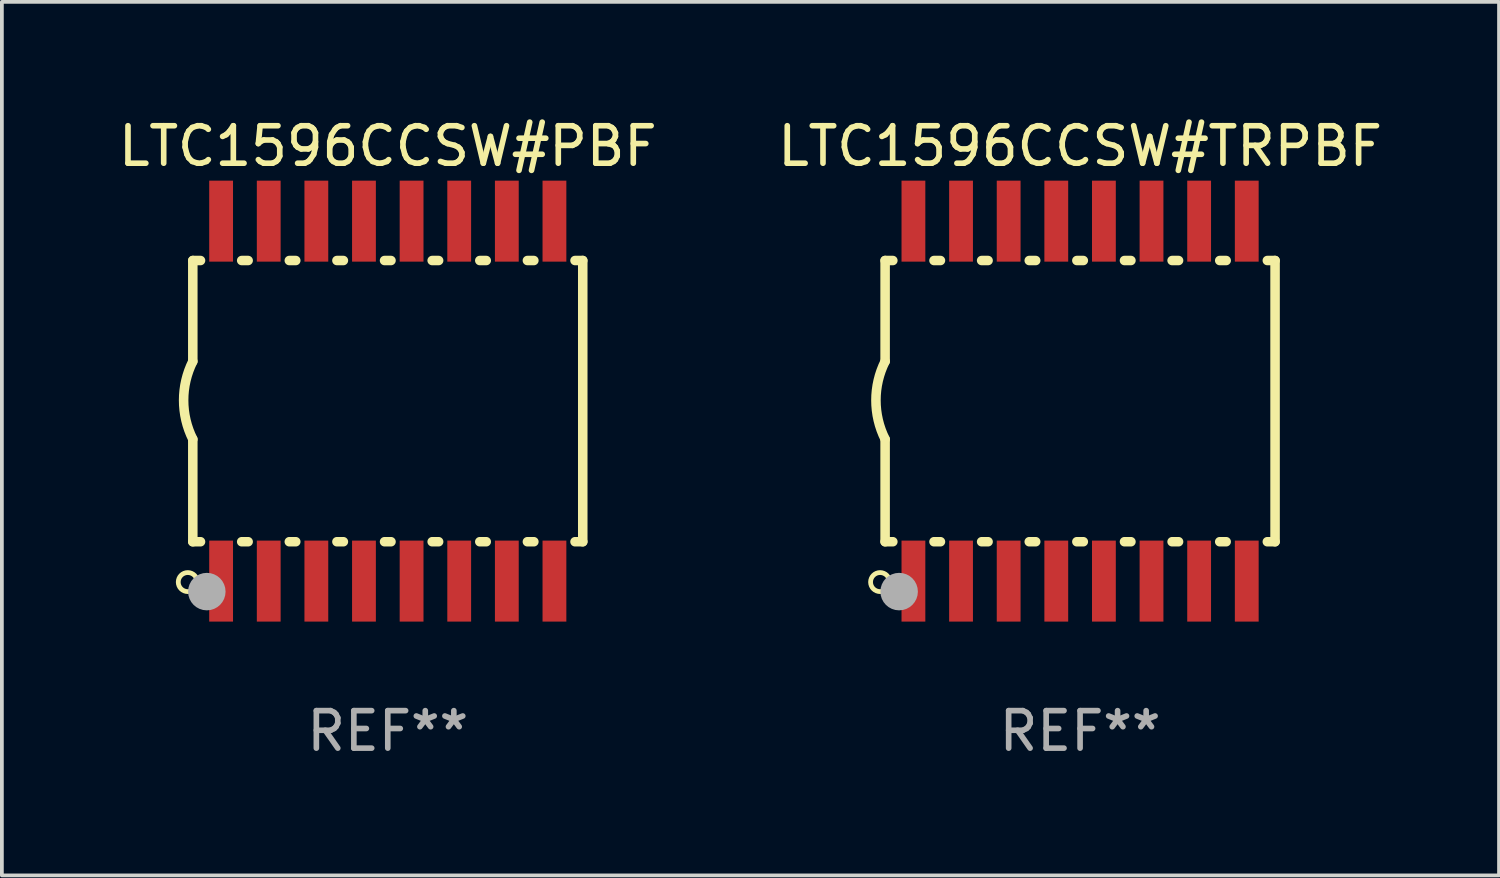
<source format=kicad_pcb>
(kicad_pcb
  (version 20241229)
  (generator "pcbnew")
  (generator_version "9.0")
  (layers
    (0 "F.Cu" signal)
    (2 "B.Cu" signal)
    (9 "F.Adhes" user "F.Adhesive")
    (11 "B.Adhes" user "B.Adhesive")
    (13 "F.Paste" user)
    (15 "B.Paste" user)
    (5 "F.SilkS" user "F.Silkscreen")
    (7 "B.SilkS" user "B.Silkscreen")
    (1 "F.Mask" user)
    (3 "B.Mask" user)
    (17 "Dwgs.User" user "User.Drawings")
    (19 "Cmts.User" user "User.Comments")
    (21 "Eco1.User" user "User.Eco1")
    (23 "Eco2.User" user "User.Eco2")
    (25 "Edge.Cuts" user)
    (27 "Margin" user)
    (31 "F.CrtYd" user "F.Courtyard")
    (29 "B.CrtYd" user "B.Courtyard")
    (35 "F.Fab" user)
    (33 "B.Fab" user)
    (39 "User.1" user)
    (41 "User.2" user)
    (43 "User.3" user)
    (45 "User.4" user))
  (footprint "LTC1596CCSW#PBF"
    (layer "F.Cu")
    (at 7.292 7.648)
    (property "Reference" "LTC1596CCSW#PBF" (at 0 -6.8 0) (layer "F.SilkS") (effects (font (size 1 1) (thickness 0.15))))
    (attr through_hole)
    (fp_line (start -5.2 -3.75) (end -5.2 -1.06) (stroke (width 0.254) (type solid)) (layer "F.SilkS"))
    (fp_line (start -5.2 -3.75) (end -4.994 -3.75) (stroke (width 0.254) (type solid)) (layer "F.SilkS"))
    (fp_line (start -5.2 3.75) (end -5.2 1.016) (stroke (width 0.254) (type solid)) (layer "F.SilkS"))
    (fp_line (start -5.2 3.75) (end -4.994 3.75) (stroke (width 0.254) (type solid)) (layer "F.SilkS"))
    (fp_line (start -3.896 -3.75) (end -3.724 -3.75) (stroke (width 0.254) (type solid)) (layer "F.SilkS"))
    (fp_line (start -3.896 3.75) (end -3.724 3.75) (stroke (width 0.254) (type solid)) (layer "F.SilkS"))
    (fp_line (start -2.626 -3.75) (end -2.454 -3.75) (stroke (width 0.254) (type solid)) (layer "F.SilkS"))
    (fp_line (start -2.626 3.75) (end -2.454 3.75) (stroke (width 0.254) (type solid)) (layer "F.SilkS"))
    (fp_line (start -1.356 -3.75) (end -1.184 -3.75) (stroke (width 0.254) (type solid)) (layer "F.SilkS"))
    (fp_line (start -1.356 3.75) (end -1.184 3.75) (stroke (width 0.254) (type solid)) (layer "F.SilkS"))
    (fp_line (start -0.086 -3.75) (end 0.086 -3.75) (stroke (width 0.254) (type solid)) (layer "F.SilkS"))
    (fp_line (start -0.086 3.75) (end 0.086 3.75) (stroke (width 0.254) (type solid)) (layer "F.SilkS"))
    (fp_line (start 1.184 -3.75) (end 1.356 -3.75) (stroke (width 0.254) (type solid)) (layer "F.SilkS"))
    (fp_line (start 1.184 3.75) (end 1.356 3.75) (stroke (width 0.254) (type solid)) (layer "F.SilkS"))
    (fp_line (start 2.454 -3.75) (end 2.626 -3.75) (stroke (width 0.254) (type solid)) (layer "F.SilkS"))
    (fp_line (start 2.454 3.75) (end 2.626 3.75) (stroke (width 0.254) (type solid)) (layer "F.SilkS"))
    (fp_line (start 3.724 -3.75) (end 3.896 -3.75) (stroke (width 0.254) (type solid)) (layer "F.SilkS"))
    (fp_line (start 3.724 3.75) (end 3.896 3.75) (stroke (width 0.254) (type solid)) (layer "F.SilkS"))
    (fp_line (start 4.994 -3.75) (end 5.2 -3.75) (stroke (width 0.254) (type solid)) (layer "F.SilkS"))
    (fp_line (start 4.994 3.75) (end 5.2 3.75) (stroke (width 0.254) (type solid)) (layer "F.SilkS"))
    (fp_line (start 5.2 3.75) (end 5.2 -3.75) (stroke (width 0.254) (type solid)) (layer "F.SilkS"))
    (fp_arc (start -5.199391 1.016002) (mid -5.444637 -0.021925) (end -5.2 -1.059995) (stroke (width 0.254001) (type solid)) (layer "F.SilkS"))
    (fp_circle (center -5.334 4.826) (end -5.08 4.826) (stroke (width 0.127) (type solid)) (fill no) (layer "F.SilkS"))
    (fp_circle (center -5.15 5.15) (end -5.12 5.15) (stroke (width 0.06) (type solid)) (fill no) (layer "F.SilkS"))
    (fp_circle (center -4.826 5.08) (end -4.576 5.08) (stroke (width 0.5) (type solid)) (fill no) (layer "F.Fab"))
    (fp_text user "REF**" (at 0 8.8 0) (layer "F.Fab") (effects (font (size 1 1) (thickness 0.15))))
    (pad "1" smd rect (at -4.445 4.8) (size 0.635 2.16) (layers "F.Cu" "F.Mask" "F.Paste"))
    (pad "2" smd rect (at -3.175 4.8) (size 0.635 2.16) (layers "F.Cu" "F.Mask" "F.Paste"))
    (pad "3" smd rect (at -1.905 4.8) (size 0.635 2.16) (layers "F.Cu" "F.Mask" "F.Paste"))
    (pad "4" smd rect (at -0.635 4.8) (size 0.635 2.16) (layers "F.Cu" "F.Mask" "F.Paste"))
    (pad "5" smd rect (at 0.635 4.8) (size 0.635 2.16) (layers "F.Cu" "F.Mask" "F.Paste"))
    (pad "6" smd rect (at 1.905 4.8) (size 0.635 2.16) (layers "F.Cu" "F.Mask" "F.Paste"))
    (pad "7" smd rect (at 3.175 4.8) (size 0.635 2.16) (layers "F.Cu" "F.Mask" "F.Paste"))
    (pad "8" smd rect (at 4.445 4.8) (size 0.635 2.16) (layers "F.Cu" "F.Mask" "F.Paste"))
    (pad "9" smd rect (at 4.445 -4.8) (size 0.635 2.16) (layers "F.Cu" "F.Mask" "F.Paste"))
    (pad "10" smd rect (at 3.175 -4.8) (size 0.635 2.16) (layers "F.Cu" "F.Mask" "F.Paste"))
    (pad "11" smd rect (at 1.905 -4.8) (size 0.635 2.16) (layers "F.Cu" "F.Mask" "F.Paste"))
    (pad "12" smd rect (at 0.635 -4.8) (size 0.635 2.16) (layers "F.Cu" "F.Mask" "F.Paste"))
    (pad "13" smd rect (at -0.635 -4.8) (size 0.635 2.16) (layers "F.Cu" "F.Mask" "F.Paste"))
    (pad "14" smd rect (at -1.905 -4.8) (size 0.635 2.16) (layers "F.Cu" "F.Mask" "F.Paste"))
    (pad "15" smd rect (at -3.175 -4.8) (size 0.635 2.16) (layers "F.Cu" "F.Mask" "F.Paste"))
    (pad "16" smd rect (at -4.445 -4.8) (size 0.635 2.16) (layers "F.Cu" "F.Mask" "F.Paste")))
  (footprint "LTC1596CCSW#TRPBF"
    (layer "F.Cu")
    (at 25.756 7.648)
    (property "Reference" "LTC1596CCSW#TRPBF" (at 0 -6.8 0) (layer "F.SilkS") (effects (font (size 1 1) (thickness 0.15))))
    (attr through_hole)
    (fp_line (start -5.2 -3.75) (end -5.2 -1.06) (stroke (width 0.254) (type solid)) (layer "F.SilkS"))
    (fp_line (start -5.2 -3.75) (end -4.994 -3.75) (stroke (width 0.254) (type solid)) (layer "F.SilkS"))
    (fp_line (start -5.2 3.75) (end -5.2 1.016) (stroke (width 0.254) (type solid)) (layer "F.SilkS"))
    (fp_line (start -5.2 3.75) (end -4.994 3.75) (stroke (width 0.254) (type solid)) (layer "F.SilkS"))
    (fp_line (start -3.896 -3.75) (end -3.724 -3.75) (stroke (width 0.254) (type solid)) (layer "F.SilkS"))
    (fp_line (start -3.896 3.75) (end -3.724 3.75) (stroke (width 0.254) (type solid)) (layer "F.SilkS"))
    (fp_line (start -2.626 -3.75) (end -2.454 -3.75) (stroke (width 0.254) (type solid)) (layer "F.SilkS"))
    (fp_line (start -2.626 3.75) (end -2.454 3.75) (stroke (width 0.254) (type solid)) (layer "F.SilkS"))
    (fp_line (start -1.356 -3.75) (end -1.184 -3.75) (stroke (width 0.254) (type solid)) (layer "F.SilkS"))
    (fp_line (start -1.356 3.75) (end -1.184 3.75) (stroke (width 0.254) (type solid)) (layer "F.SilkS"))
    (fp_line (start -0.086 -3.75) (end 0.086 -3.75) (stroke (width 0.254) (type solid)) (layer "F.SilkS"))
    (fp_line (start -0.086 3.75) (end 0.086 3.75) (stroke (width 0.254) (type solid)) (layer "F.SilkS"))
    (fp_line (start 1.184 -3.75) (end 1.356 -3.75) (stroke (width 0.254) (type solid)) (layer "F.SilkS"))
    (fp_line (start 1.184 3.75) (end 1.356 3.75) (stroke (width 0.254) (type solid)) (layer "F.SilkS"))
    (fp_line (start 2.454 -3.75) (end 2.626 -3.75) (stroke (width 0.254) (type solid)) (layer "F.SilkS"))
    (fp_line (start 2.454 3.75) (end 2.626 3.75) (stroke (width 0.254) (type solid)) (layer "F.SilkS"))
    (fp_line (start 3.724 -3.75) (end 3.896 -3.75) (stroke (width 0.254) (type solid)) (layer "F.SilkS"))
    (fp_line (start 3.724 3.75) (end 3.896 3.75) (stroke (width 0.254) (type solid)) (layer "F.SilkS"))
    (fp_line (start 4.994 -3.75) (end 5.2 -3.75) (stroke (width 0.254) (type solid)) (layer "F.SilkS"))
    (fp_line (start 4.994 3.75) (end 5.2 3.75) (stroke (width 0.254) (type solid)) (layer "F.SilkS"))
    (fp_line (start 5.2 3.75) (end 5.2 -3.75) (stroke (width 0.254) (type solid)) (layer "F.SilkS"))
    (fp_arc (start -5.199391 1.016002) (mid -5.444637 -0.021925) (end -5.2 -1.059995) (stroke (width 0.254001) (type solid)) (layer "F.SilkS"))
    (fp_circle (center -5.334 4.826) (end -5.08 4.826) (stroke (width 0.127) (type solid)) (fill no) (layer "F.SilkS"))
    (fp_circle (center -5.15 5.15) (end -5.12 5.15) (stroke (width 0.06) (type solid)) (fill no) (layer "F.SilkS"))
    (fp_circle (center -4.826 5.08) (end -4.576 5.08) (stroke (width 0.5) (type solid)) (fill no) (layer "F.Fab"))
    (fp_text user "REF**" (at 0 8.8 0) (layer "F.Fab") (effects (font (size 1 1) (thickness 0.15))))
    (pad "1" smd rect (at -4.445 4.8) (size 0.635 2.16) (layers "F.Cu" "F.Mask" "F.Paste"))
    (pad "2" smd rect (at -3.175 4.8) (size 0.635 2.16) (layers "F.Cu" "F.Mask" "F.Paste"))
    (pad "3" smd rect (at -1.905 4.8) (size 0.635 2.16) (layers "F.Cu" "F.Mask" "F.Paste"))
    (pad "4" smd rect (at -0.635 4.8) (size 0.635 2.16) (layers "F.Cu" "F.Mask" "F.Paste"))
    (pad "5" smd rect (at 0.635 4.8) (size 0.635 2.16) (layers "F.Cu" "F.Mask" "F.Paste"))
    (pad "6" smd rect (at 1.905 4.8) (size 0.635 2.16) (layers "F.Cu" "F.Mask" "F.Paste"))
    (pad "7" smd rect (at 3.175 4.8) (size 0.635 2.16) (layers "F.Cu" "F.Mask" "F.Paste"))
    (pad "8" smd rect (at 4.445 4.8) (size 0.635 2.16) (layers "F.Cu" "F.Mask" "F.Paste"))
    (pad "9" smd rect (at 4.445 -4.8) (size 0.635 2.16) (layers "F.Cu" "F.Mask" "F.Paste"))
    (pad "10" smd rect (at 3.175 -4.8) (size 0.635 2.16) (layers "F.Cu" "F.Mask" "F.Paste"))
    (pad "11" smd rect (at 1.905 -4.8) (size 0.635 2.16) (layers "F.Cu" "F.Mask" "F.Paste"))
    (pad "12" smd rect (at 0.635 -4.8) (size 0.635 2.16) (layers "F.Cu" "F.Mask" "F.Paste"))
    (pad "13" smd rect (at -0.635 -4.8) (size 0.635 2.16) (layers "F.Cu" "F.Mask" "F.Paste"))
    (pad "14" smd rect (at -1.905 -4.8) (size 0.635 2.16) (layers "F.Cu" "F.Mask" "F.Paste"))
    (pad "15" smd rect (at -3.175 -4.8) (size 0.635 2.16) (layers "F.Cu" "F.Mask" "F.Paste"))
    (pad "16" smd rect (at -4.445 -4.8) (size 0.635 2.16) (layers "F.Cu" "F.Mask" "F.Paste")))
  (gr_rect
    (start -3 -3)
    (end 36.929 20.297)
    (stroke (width 0.1) (type default))
    (fill no)
    (layer "Edge.Cuts")))
</source>
